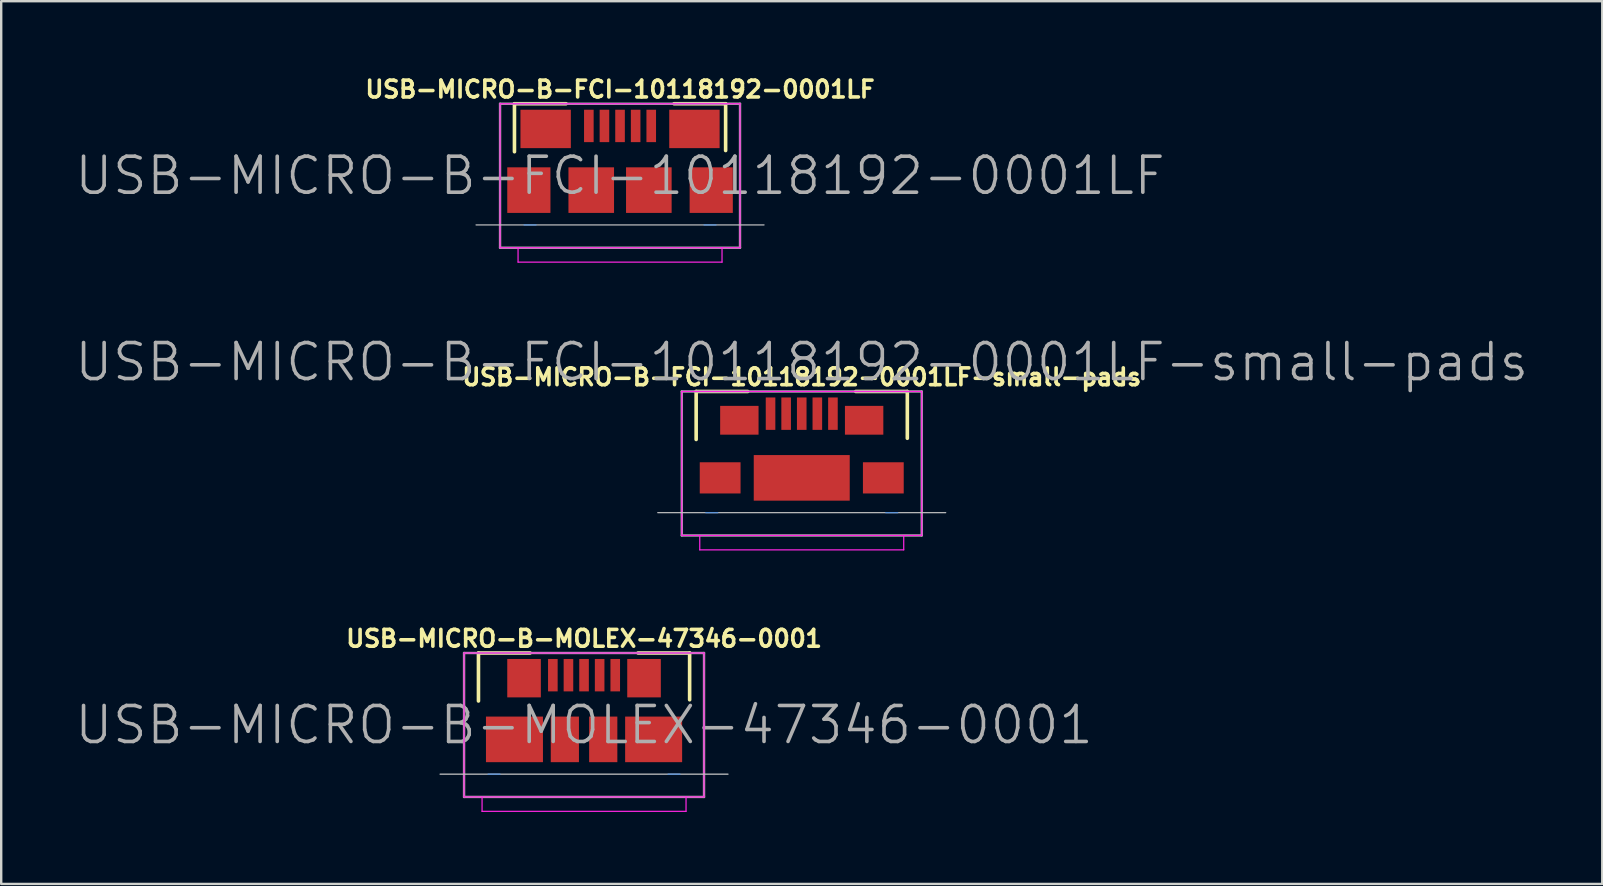
<source format=kicad_pcb>
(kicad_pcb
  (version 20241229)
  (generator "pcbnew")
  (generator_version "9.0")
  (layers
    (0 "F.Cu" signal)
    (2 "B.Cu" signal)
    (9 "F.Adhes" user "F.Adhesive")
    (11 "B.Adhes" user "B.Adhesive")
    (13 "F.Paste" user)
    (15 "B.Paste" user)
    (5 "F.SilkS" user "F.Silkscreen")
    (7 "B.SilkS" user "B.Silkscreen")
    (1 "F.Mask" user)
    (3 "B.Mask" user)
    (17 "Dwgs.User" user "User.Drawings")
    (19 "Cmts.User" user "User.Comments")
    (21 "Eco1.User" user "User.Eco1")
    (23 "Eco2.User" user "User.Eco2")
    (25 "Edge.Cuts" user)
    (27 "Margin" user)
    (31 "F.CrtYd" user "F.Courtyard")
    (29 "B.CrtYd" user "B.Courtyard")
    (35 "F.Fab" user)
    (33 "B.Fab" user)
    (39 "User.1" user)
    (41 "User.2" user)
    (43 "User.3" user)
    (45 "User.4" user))
  (footprint "USB-MICRO-B-FCI-10118192-0001LF-small-pads"
    (layer "F.Cu")
    (at 30.361 16.864)
    (property "Reference" "USB-MICRO-B-FCI-10118192-0001LF-small-pads" (at 0 -4.2 0) (layer "F.SilkS") (effects (font (size 0.7 0.7) (thickness 0.15))))
    (attr smd)
    (fp_line (start -4.4 -3.6) (end -2.25 -3.6) (stroke (width 0.15) (type solid)) (layer "F.SilkS"))
    (fp_line (start -4.4 -1.6) (end -4.4 -3.6) (stroke (width 0.15) (type solid)) (layer "F.SilkS"))
    (fp_line (start 2.25 -3.6) (end 4.4 -3.6) (stroke (width 0.15) (type solid)) (layer "F.SilkS"))
    (fp_line (start 4.4 -3.6) (end 4.4 -1.65) (stroke (width 0.15) (type solid)) (layer "F.SilkS"))
    (fp_line (start 6 1.45) (end -6 1.45) (stroke (width 0.05) (type solid)) (layer "Dwgs.User"))
    (fp_line (start -4 1.45) (end -3.5 1.45) (stroke (width 0.05) (type solid)) (layer "Cmts.User"))
    (fp_line (start 4 1.45) (end 3.5 1.45) (stroke (width 0.05) (type solid)) (layer "Cmts.User"))
    (fp_line (start -5 -3.6) (end -5 2.4) (stroke (width 0.05) (type solid)) (layer "F.CrtYd"))
    (fp_line (start -4.25 3) (end -4.25 2.4) (stroke (width 0.05) (type solid)) (layer "F.CrtYd"))
    (fp_line (start 4.25 2.4) (end 4.25 3) (stroke (width 0.05) (type solid)) (layer "F.CrtYd"))
    (fp_line (start 4.25 3) (end -4.25 3) (stroke (width 0.05) (type solid)) (layer "F.CrtYd"))
    (fp_line (start 5 -3.6) (end -5 -3.6) (stroke (width 0.05) (type solid)) (layer "F.CrtYd"))
    (fp_line (start 5 -3.6) (end 5 2.4) (stroke (width 0.05) (type solid)) (layer "F.CrtYd"))
    (fp_line (start 5 2.4) (end -5 2.4) (stroke (width 0.05) (type solid)) (layer "F.CrtYd"))
    (fp_line (start -5 -3.6) (end 5 -3.6) (stroke (width 0.1) (type solid)) (layer "F.Fab"))
    (fp_line (start -5 2.4) (end -5 -3.6) (stroke (width 0.1) (type solid)) (layer "F.Fab"))
    (fp_line (start 5 -3.6) (end 5 2.4) (stroke (width 0.1) (type solid)) (layer "F.Fab"))
    (fp_line (start 5 2.4) (end -5 2.4) (stroke (width 0.1) (type solid)) (layer "F.Fab"))
    (fp_text user "${REFERENCE}" (at 0 -4.826 0) (layer "F.Fab") (effects (font (size 1.5 1.5) (thickness 0.15))))
    (pad "1" smd rect (at -1.3 -2.675) (size 0.4 1.35) (layers "F.Cu" "F.Mask" "F.Paste"))
    (pad "2" smd rect (at -0.65 -2.675) (size 0.4 1.35) (layers "F.Cu" "F.Mask" "F.Paste"))
    (pad "3" smd rect (at 0 -2.675) (size 0.4 1.35) (layers "F.Cu" "F.Mask" "F.Paste"))
    (pad "4" smd rect (at 0.65 -2.675) (size 0.4 1.35) (layers "F.Cu" "F.Mask" "F.Paste"))
    (pad "5" smd rect (at 1.3 -2.675) (size 0.4 1.35) (layers "F.Cu" "F.Mask" "F.Paste"))
    (pad "6" smd rect (at -3.4 0 180) (size 1.7 1.3) (layers "F.Cu" "F.Mask" "F.Paste"))
    (pad "6" smd rect (at -2.6 -2.4) (size 1.6 1.2) (layers "F.Cu" "F.Mask" "F.Paste"))
    (pad "6" smd rect (at 0 0) (size 4 1.9) (layers "F.Cu" "F.Mask" "F.Paste"))
    (pad "6" smd rect (at 2.6 -2.4) (size 1.6 1.2) (layers "F.Cu" "F.Mask" "F.Paste"))
    (pad "6" smd rect (at 3.4 0) (size 1.7 1.3) (layers "F.Cu" "F.Mask" "F.Paste")))
  (footprint "USB-MICRO-B-MOLEX-47346-0001"
    (layer "F.Cu")
    (at 21.289 27.762)
    (property "Reference" "USB-MICRO-B-MOLEX-47346-0001" (at 0 -4.2 0) (layer "F.SilkS") (effects (font (size 0.7 0.7) (thickness 0.15))))
    (attr smd)
    (fp_line (start -4.4 -3.6) (end -2.25 -3.6) (stroke (width 0.15) (type solid)) (layer "F.SilkS"))
    (fp_line (start -4.4 -1.6) (end -4.4 -3.6) (stroke (width 0.15) (type solid)) (layer "F.SilkS"))
    (fp_line (start 2.25 -3.6) (end 4.4 -3.6) (stroke (width 0.15) (type solid)) (layer "F.SilkS"))
    (fp_line (start 4.4 -3.6) (end 4.4 -1.65) (stroke (width 0.15) (type solid)) (layer "F.SilkS"))
    (fp_line (start 6 1.45) (end -6 1.45) (stroke (width 0.05) (type solid)) (layer "Dwgs.User"))
    (fp_line (start -4 1.45) (end -3.5 1.45) (stroke (width 0.05) (type solid)) (layer "Cmts.User"))
    (fp_line (start 4 1.45) (end 3.5 1.45) (stroke (width 0.05) (type solid)) (layer "Cmts.User"))
    (fp_line (start -5 -3.6) (end -5 2.4) (stroke (width 0.05) (type solid)) (layer "F.CrtYd"))
    (fp_line (start -4.25 3) (end -4.25 2.4) (stroke (width 0.05) (type solid)) (layer "F.CrtYd"))
    (fp_line (start 4.25 2.4) (end 4.25 3) (stroke (width 0.05) (type solid)) (layer "F.CrtYd"))
    (fp_line (start 4.25 3) (end -4.25 3) (stroke (width 0.05) (type solid)) (layer "F.CrtYd"))
    (fp_line (start 5 -3.6) (end -5 -3.6) (stroke (width 0.05) (type solid)) (layer "F.CrtYd"))
    (fp_line (start 5 -3.6) (end 5 2.4) (stroke (width 0.05) (type solid)) (layer "F.CrtYd"))
    (fp_line (start 5 2.4) (end -5 2.4) (stroke (width 0.05) (type solid)) (layer "F.CrtYd"))
    (fp_line (start -5 -3.6) (end 5 -3.6) (stroke (width 0.1) (type solid)) (layer "F.Fab"))
    (fp_line (start -5 2.4) (end -5 -3.6) (stroke (width 0.1) (type solid)) (layer "F.Fab"))
    (fp_line (start 5 -3.6) (end 5 2.4) (stroke (width 0.1) (type solid)) (layer "F.Fab"))
    (fp_line (start 5 2.4) (end -5 2.4) (stroke (width 0.1) (type solid)) (layer "F.Fab"))
    (fp_text user "${REFERENCE}" (at 0 -0.6 0) (layer "F.Fab") (effects (font (size 1.5 1.5) (thickness 0.15))))
    (pad "1" smd rect (at -1.3 -2.675) (size 0.4 1.35) (layers "F.Cu" "F.Mask" "F.Paste"))
    (pad "2" smd rect (at -0.65 -2.675) (size 0.4 1.35) (layers "F.Cu" "F.Mask" "F.Paste"))
    (pad "3" smd rect (at 0 -2.675) (size 0.4 1.35) (layers "F.Cu" "F.Mask" "F.Paste"))
    (pad "4" smd rect (at 0.65 -2.675) (size 0.4 1.35) (layers "F.Cu" "F.Mask" "F.Paste"))
    (pad "5" smd rect (at 1.3 -2.675) (size 0.4 1.35) (layers "F.Cu" "F.Mask" "F.Paste"))
    (pad "6" smd rect (at -2.9 0) (size 2.375 1.9) (layers "F.Cu" "F.Mask" "F.Paste"))
    (pad "6" smd rect (at -2.5 -2.55) (size 1.4 1.6) (layers "F.Cu" "F.Mask" "F.Paste"))
    (pad "6" smd rect (at -0.8 0) (size 1.175 1.9) (layers "F.Cu" "F.Mask" "F.Paste"))
    (pad "6" smd rect (at 0.8 0) (size 1.175 1.9) (layers "F.Cu" "F.Mask" "F.Paste"))
    (pad "6" smd rect (at 2.5 -2.55) (size 1.4 1.6) (layers "F.Cu" "F.Mask" "F.Paste"))
    (pad "6" smd rect (at 2.9 0) (size 2.375 1.9) (layers "F.Cu" "F.Mask" "F.Paste")))
  (footprint "USB-MICRO-B-FCI-10118192-0001LF"
    (layer "F.Cu")
    (at 22.789 4.873)
    (property "Reference" "USB-MICRO-B-FCI-10118192-0001LF" (at 0 -4.2 0) (layer "F.SilkS") (effects (font (size 0.7 0.7) (thickness 0.15))))
    (attr through_hole)
    (fp_line (start -4.4 -3.6) (end -2.25 -3.6) (stroke (width 0.15) (type solid)) (layer "F.SilkS"))
    (fp_line (start -4.4 -1.6) (end -4.4 -3.6) (stroke (width 0.15) (type solid)) (layer "F.SilkS"))
    (fp_line (start 2.25 -3.6) (end 4.4 -3.6) (stroke (width 0.15) (type solid)) (layer "F.SilkS"))
    (fp_line (start 4.4 -3.6) (end 4.4 -1.65) (stroke (width 0.15) (type solid)) (layer "F.SilkS"))
    (fp_line (start 6 1.45) (end -6 1.45) (stroke (width 0.05) (type solid)) (layer "Dwgs.User"))
    (fp_line (start -4 1.45) (end -3.5 1.45) (stroke (width 0.05) (type solid)) (layer "Cmts.User"))
    (fp_line (start 4 1.45) (end 3.5 1.45) (stroke (width 0.05) (type solid)) (layer "Cmts.User"))
    (fp_line (start -5 -3.6) (end -5 2.4) (stroke (width 0.05) (type solid)) (layer "F.CrtYd"))
    (fp_line (start -4.25 3) (end -4.25 2.4) (stroke (width 0.05) (type solid)) (layer "F.CrtYd"))
    (fp_line (start 4.25 2.4) (end 4.25 3) (stroke (width 0.05) (type solid)) (layer "F.CrtYd"))
    (fp_line (start 4.25 3) (end -4.25 3) (stroke (width 0.05) (type solid)) (layer "F.CrtYd"))
    (fp_line (start 5 -3.6) (end -5 -3.6) (stroke (width 0.05) (type solid)) (layer "F.CrtYd"))
    (fp_line (start 5 -3.6) (end 5 2.4) (stroke (width 0.05) (type solid)) (layer "F.CrtYd"))
    (fp_line (start 5 2.4) (end -5 2.4) (stroke (width 0.05) (type solid)) (layer "F.CrtYd"))
    (fp_line (start -5 -3.6) (end 5 -3.6) (stroke (width 0.1) (type solid)) (layer "F.Fab"))
    (fp_line (start -5 2.4) (end -5 -3.6) (stroke (width 0.1) (type solid)) (layer "F.Fab"))
    (fp_line (start 5 -3.6) (end 5 2.4) (stroke (width 0.1) (type solid)) (layer "F.Fab"))
    (fp_line (start 5 2.4) (end -5 2.4) (stroke (width 0.1) (type solid)) (layer "F.Fab"))
    (fp_text user "${REFERENCE}" (at 0 -0.6 0) (layer "F.Fab") (effects (font (size 1.5 1.5) (thickness 0.15))))
    (pad "" smd rect (at -3.8 0) (size 1.8 1.9) (layers "F.Cu" "F.Mask" "F.Paste"))
    (pad "" smd rect (at -1.2 0) (size 1.9 1.9) (layers "F.Cu" "F.Mask" "F.Paste"))
    (pad "" smd rect (at 1.2 0) (size 1.9 1.9) (layers "F.Cu" "F.Mask" "F.Paste"))
    (pad "" smd rect (at 3.8 0) (size 1.8 1.9) (layers "F.Cu" "F.Mask" "F.Paste"))
    (pad "1" smd rect (at -1.3 -2.675) (size 0.4 1.35) (layers "F.Cu" "F.Mask" "F.Paste"))
    (pad "2" smd rect (at -0.65 -2.675) (size 0.4 1.35) (layers "F.Cu" "F.Mask" "F.Paste"))
    (pad "3" smd rect (at 0 -2.675) (size 0.4 1.35) (layers "F.Cu" "F.Mask" "F.Paste"))
    (pad "4" smd rect (at 0.65 -2.675) (size 0.4 1.35) (layers "F.Cu" "F.Mask" "F.Paste"))
    (pad "5" smd rect (at 1.3 -2.675) (size 0.4 1.35) (layers "F.Cu" "F.Mask" "F.Paste"))
    (pad "6" smd rect (at -3.1 -2.55) (size 2.1 1.6) (layers "F.Cu" "F.Mask" "F.Paste"))
    (pad "6" smd rect (at 3.1 -2.55) (size 2.1 1.6) (layers "F.Cu" "F.Mask" "F.Paste")))
  (gr_rect
    (start -3 -3)
    (end 63.721 33.787)
    (stroke (width 0.1) (type default))
    (fill no)
    (layer "Edge.Cuts")))
</source>
